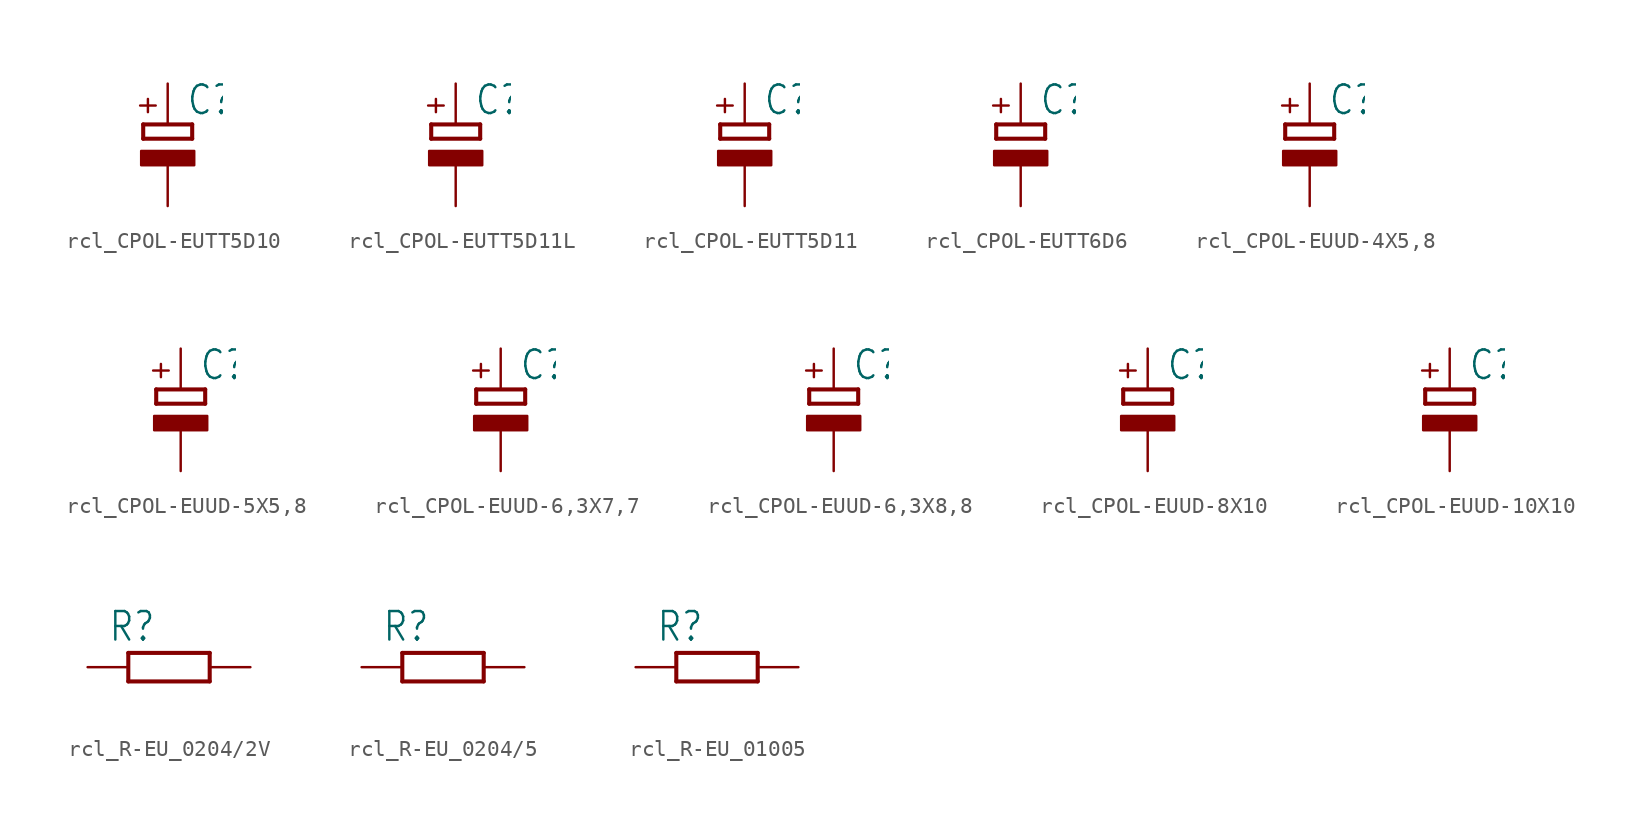
<source format=kicad_sym>
(kicad_symbol_lib
  (version 20231120)
  (generator "kicad_symbol_editor")
  (generator_version "8.0")
  (symbol "rcl_CPOL-EUTT5D10"
    (property "Reference" "C"
      (at 1.143 0.483 0)
      (effects (font (size 1.778 1.511)) (justify left bottom)))
    (property "Value" ""
      (at 1.143 -4.597 0)
      (effects (font (size 1.778 1.511)) (justify left bottom)))
    (property "ki_locked" ""
      (at 0 0 0)
      (effects (font (size 1.27 1.27))))
    (symbol "rcl_CPOL-EUTT5D10_1_0"
      (rectangle (start -1.651 -2.54) (end 1.651 -1.651) (stroke (width 0) (type default)) (fill (type outline)))
      (polyline (pts (xy -1.524 -0.889) (xy 1.524 -0.889)) (stroke (width 0.254) (type solid)) (fill (type none)))
      (polyline (pts (xy -1.524 0) (xy -1.524 -0.889)) (stroke (width 0.254) (type solid)) (fill (type none)))
      (polyline (pts (xy -1.524 0) (xy 1.524 0)) (stroke (width 0.254) (type solid)) (fill (type none)))
      (polyline (pts (xy 1.524 -0.889) (xy 1.524 0)) (stroke (width 0.254) (type solid)) (fill (type none)))
      (text "+" (at -0.584 0.406 900) (effects (font (size 1.27 1.079)) (justify left bottom)))
      (pin passive line (at 0 2.54 270) (length 2.54) (name "+" (effects (font (size 0 0)))) (number "+" (effects (font (size 0 0)))))
      (pin passive line (at 0 -5.08 90) (length 2.54) (name "-" (effects (font (size 0 0)))) (number "-" (effects (font (size 0 0)))))))
  (symbol "rcl_CPOL-EUTT5D11L"
    (property "Reference" "C"
      (at 1.143 0.483 0)
      (effects (font (size 1.778 1.511)) (justify left bottom)))
    (property "Value" ""
      (at 1.143 -4.597 0)
      (effects (font (size 1.778 1.511)) (justify left bottom)))
    (property "ki_locked" ""
      (at 0 0 0)
      (effects (font (size 1.27 1.27))))
    (symbol "rcl_CPOL-EUTT5D11L_1_0"
      (rectangle (start -1.651 -2.54) (end 1.651 -1.651) (stroke (width 0) (type default)) (fill (type outline)))
      (polyline (pts (xy -1.524 -0.889) (xy 1.524 -0.889)) (stroke (width 0.254) (type solid)) (fill (type none)))
      (polyline (pts (xy -1.524 0) (xy -1.524 -0.889)) (stroke (width 0.254) (type solid)) (fill (type none)))
      (polyline (pts (xy -1.524 0) (xy 1.524 0)) (stroke (width 0.254) (type solid)) (fill (type none)))
      (polyline (pts (xy 1.524 -0.889) (xy 1.524 0)) (stroke (width 0.254) (type solid)) (fill (type none)))
      (text "+" (at -0.584 0.406 900) (effects (font (size 1.27 1.079)) (justify left bottom)))
      (pin passive line (at 0 2.54 270) (length 2.54) (name "+" (effects (font (size 0 0)))) (number "+" (effects (font (size 0 0)))))
      (pin passive line (at 0 -5.08 90) (length 2.54) (name "-" (effects (font (size 0 0)))) (number "-" (effects (font (size 0 0)))))))
  (symbol "rcl_CPOL-EUTT5D11"
    (property "Reference" "C"
      (at 1.143 0.483 0)
      (effects (font (size 1.778 1.511)) (justify left bottom)))
    (property "Value" ""
      (at 1.143 -4.597 0)
      (effects (font (size 1.778 1.511)) (justify left bottom)))
    (property "ki_locked" ""
      (at 0 0 0)
      (effects (font (size 1.27 1.27))))
    (symbol "rcl_CPOL-EUTT5D11_1_0"
      (rectangle (start -1.651 -2.54) (end 1.651 -1.651) (stroke (width 0) (type default)) (fill (type outline)))
      (polyline (pts (xy -1.524 -0.889) (xy 1.524 -0.889)) (stroke (width 0.254) (type solid)) (fill (type none)))
      (polyline (pts (xy -1.524 0) (xy -1.524 -0.889)) (stroke (width 0.254) (type solid)) (fill (type none)))
      (polyline (pts (xy -1.524 0) (xy 1.524 0)) (stroke (width 0.254) (type solid)) (fill (type none)))
      (polyline (pts (xy 1.524 -0.889) (xy 1.524 0)) (stroke (width 0.254) (type solid)) (fill (type none)))
      (text "+" (at -0.584 0.406 900) (effects (font (size 1.27 1.079)) (justify left bottom)))
      (pin passive line (at 0 2.54 270) (length 2.54) (name "+" (effects (font (size 0 0)))) (number "+" (effects (font (size 0 0)))))
      (pin passive line (at 0 -5.08 90) (length 2.54) (name "-" (effects (font (size 0 0)))) (number "-" (effects (font (size 0 0)))))))
  (symbol "rcl_CPOL-EUTT6D6"
    (property "Reference" "C"
      (at 1.143 0.483 0)
      (effects (font (size 1.778 1.511)) (justify left bottom)))
    (property "Value" ""
      (at 1.143 -4.597 0)
      (effects (font (size 1.778 1.511)) (justify left bottom)))
    (property "ki_locked" ""
      (at 0 0 0)
      (effects (font (size 1.27 1.27))))
    (symbol "rcl_CPOL-EUTT6D6_1_0"
      (rectangle (start -1.651 -2.54) (end 1.651 -1.651) (stroke (width 0) (type default)) (fill (type outline)))
      (polyline (pts (xy -1.524 -0.889) (xy 1.524 -0.889)) (stroke (width 0.254) (type solid)) (fill (type none)))
      (polyline (pts (xy -1.524 0) (xy -1.524 -0.889)) (stroke (width 0.254) (type solid)) (fill (type none)))
      (polyline (pts (xy -1.524 0) (xy 1.524 0)) (stroke (width 0.254) (type solid)) (fill (type none)))
      (polyline (pts (xy 1.524 -0.889) (xy 1.524 0)) (stroke (width 0.254) (type solid)) (fill (type none)))
      (text "+" (at -0.584 0.406 900) (effects (font (size 1.27 1.079)) (justify left bottom)))
      (pin passive line (at 0 2.54 270) (length 2.54) (name "+" (effects (font (size 0 0)))) (number "+" (effects (font (size 0 0)))))
      (pin passive line (at 0 -5.08 90) (length 2.54) (name "-" (effects (font (size 0 0)))) (number "-" (effects (font (size 0 0)))))))
  (symbol "rcl_CPOL-EUUD-4X5,8"
    (property "Reference" "C"
      (at 1.143 0.483 0)
      (effects (font (size 1.778 1.511)) (justify left bottom)))
    (property "Value" ""
      (at 1.143 -4.597 0)
      (effects (font (size 1.778 1.511)) (justify left bottom)))
    (property "ki_locked" ""
      (at 0 0 0)
      (effects (font (size 1.27 1.27))))
    (symbol "rcl_CPOL-EUUD-4X5,8_1_0"
      (rectangle (start -1.651 -2.54) (end 1.651 -1.651) (stroke (width 0) (type default)) (fill (type outline)))
      (polyline (pts (xy -1.524 -0.889) (xy 1.524 -0.889)) (stroke (width 0.254) (type solid)) (fill (type none)))
      (polyline (pts (xy -1.524 0) (xy -1.524 -0.889)) (stroke (width 0.254) (type solid)) (fill (type none)))
      (polyline (pts (xy -1.524 0) (xy 1.524 0)) (stroke (width 0.254) (type solid)) (fill (type none)))
      (polyline (pts (xy 1.524 -0.889) (xy 1.524 0)) (stroke (width 0.254) (type solid)) (fill (type none)))
      (text "+" (at -0.584 0.406 900) (effects (font (size 1.27 1.079)) (justify left bottom)))
      (pin passive line (at 0 2.54 270) (length 2.54) (name "+" (effects (font (size 0 0)))) (number "+" (effects (font (size 0 0)))))
      (pin passive line (at 0 -5.08 90) (length 2.54) (name "-" (effects (font (size 0 0)))) (number "-" (effects (font (size 0 0)))))))
  (symbol "rcl_CPOL-EUUD-5X5,8"
    (property "Reference" "C"
      (at 1.143 0.483 0)
      (effects (font (size 1.778 1.511)) (justify left bottom)))
    (property "Value" ""
      (at 1.143 -4.597 0)
      (effects (font (size 1.778 1.511)) (justify left bottom)))
    (property "ki_locked" ""
      (at 0 0 0)
      (effects (font (size 1.27 1.27))))
    (symbol "rcl_CPOL-EUUD-5X5,8_1_0"
      (rectangle (start -1.651 -2.54) (end 1.651 -1.651) (stroke (width 0) (type default)) (fill (type outline)))
      (polyline (pts (xy -1.524 -0.889) (xy 1.524 -0.889)) (stroke (width 0.254) (type solid)) (fill (type none)))
      (polyline (pts (xy -1.524 0) (xy -1.524 -0.889)) (stroke (width 0.254) (type solid)) (fill (type none)))
      (polyline (pts (xy -1.524 0) (xy 1.524 0)) (stroke (width 0.254) (type solid)) (fill (type none)))
      (polyline (pts (xy 1.524 -0.889) (xy 1.524 0)) (stroke (width 0.254) (type solid)) (fill (type none)))
      (text "+" (at -0.584 0.406 900) (effects (font (size 1.27 1.079)) (justify left bottom)))
      (pin passive line (at 0 2.54 270) (length 2.54) (name "+" (effects (font (size 0 0)))) (number "+" (effects (font (size 0 0)))))
      (pin passive line (at 0 -5.08 90) (length 2.54) (name "-" (effects (font (size 0 0)))) (number "-" (effects (font (size 0 0)))))))
  (symbol "rcl_CPOL-EUUD-6,3X7,7"
    (property "Reference" "C"
      (at 1.143 0.483 0)
      (effects (font (size 1.778 1.511)) (justify left bottom)))
    (property "Value" ""
      (at 1.143 -4.597 0)
      (effects (font (size 1.778 1.511)) (justify left bottom)))
    (property "ki_locked" ""
      (at 0 0 0)
      (effects (font (size 1.27 1.27))))
    (symbol "rcl_CPOL-EUUD-6,3X7,7_1_0"
      (rectangle (start -1.651 -2.54) (end 1.651 -1.651) (stroke (width 0) (type default)) (fill (type outline)))
      (polyline (pts (xy -1.524 -0.889) (xy 1.524 -0.889)) (stroke (width 0.254) (type solid)) (fill (type none)))
      (polyline (pts (xy -1.524 0) (xy -1.524 -0.889)) (stroke (width 0.254) (type solid)) (fill (type none)))
      (polyline (pts (xy -1.524 0) (xy 1.524 0)) (stroke (width 0.254) (type solid)) (fill (type none)))
      (polyline (pts (xy 1.524 -0.889) (xy 1.524 0)) (stroke (width 0.254) (type solid)) (fill (type none)))
      (text "+" (at -0.584 0.406 900) (effects (font (size 1.27 1.079)) (justify left bottom)))
      (pin passive line (at 0 2.54 270) (length 2.54) (name "+" (effects (font (size 0 0)))) (number "+" (effects (font (size 0 0)))))
      (pin passive line (at 0 -5.08 90) (length 2.54) (name "-" (effects (font (size 0 0)))) (number "-" (effects (font (size 0 0)))))))
  (symbol "rcl_CPOL-EUUD-6,3X8,8"
    (property "Reference" "C"
      (at 1.143 0.483 0)
      (effects (font (size 1.778 1.511)) (justify left bottom)))
    (property "Value" ""
      (at 1.143 -4.597 0)
      (effects (font (size 1.778 1.511)) (justify left bottom)))
    (property "ki_locked" ""
      (at 0 0 0)
      (effects (font (size 1.27 1.27))))
    (symbol "rcl_CPOL-EUUD-6,3X8,8_1_0"
      (rectangle (start -1.651 -2.54) (end 1.651 -1.651) (stroke (width 0) (type default)) (fill (type outline)))
      (polyline (pts (xy -1.524 -0.889) (xy 1.524 -0.889)) (stroke (width 0.254) (type solid)) (fill (type none)))
      (polyline (pts (xy -1.524 0) (xy -1.524 -0.889)) (stroke (width 0.254) (type solid)) (fill (type none)))
      (polyline (pts (xy -1.524 0) (xy 1.524 0)) (stroke (width 0.254) (type solid)) (fill (type none)))
      (polyline (pts (xy 1.524 -0.889) (xy 1.524 0)) (stroke (width 0.254) (type solid)) (fill (type none)))
      (text "+" (at -0.584 0.406 900) (effects (font (size 1.27 1.079)) (justify left bottom)))
      (pin passive line (at 0 2.54 270) (length 2.54) (name "+" (effects (font (size 0 0)))) (number "+" (effects (font (size 0 0)))))
      (pin passive line (at 0 -5.08 90) (length 2.54) (name "-" (effects (font (size 0 0)))) (number "-" (effects (font (size 0 0)))))))
  (symbol "rcl_CPOL-EUUD-8X10"
    (property "Reference" "C"
      (at 1.143 0.483 0)
      (effects (font (size 1.778 1.511)) (justify left bottom)))
    (property "Value" ""
      (at 1.143 -4.597 0)
      (effects (font (size 1.778 1.511)) (justify left bottom)))
    (property "ki_locked" ""
      (at 0 0 0)
      (effects (font (size 1.27 1.27))))
    (symbol "rcl_CPOL-EUUD-8X10_1_0"
      (rectangle (start -1.651 -2.54) (end 1.651 -1.651) (stroke (width 0) (type default)) (fill (type outline)))
      (polyline (pts (xy -1.524 -0.889) (xy 1.524 -0.889)) (stroke (width 0.254) (type solid)) (fill (type none)))
      (polyline (pts (xy -1.524 0) (xy -1.524 -0.889)) (stroke (width 0.254) (type solid)) (fill (type none)))
      (polyline (pts (xy -1.524 0) (xy 1.524 0)) (stroke (width 0.254) (type solid)) (fill (type none)))
      (polyline (pts (xy 1.524 -0.889) (xy 1.524 0)) (stroke (width 0.254) (type solid)) (fill (type none)))
      (text "+" (at -0.584 0.406 900) (effects (font (size 1.27 1.079)) (justify left bottom)))
      (pin passive line (at 0 2.54 270) (length 2.54) (name "+" (effects (font (size 0 0)))) (number "+" (effects (font (size 0 0)))))
      (pin passive line (at 0 -5.08 90) (length 2.54) (name "-" (effects (font (size 0 0)))) (number "-" (effects (font (size 0 0)))))))
  (symbol "rcl_CPOL-EUUD-10X10"
    (property "Reference" "C"
      (at 1.143 0.483 0)
      (effects (font (size 1.778 1.511)) (justify left bottom)))
    (property "Value" ""
      (at 1.143 -4.597 0)
      (effects (font (size 1.778 1.511)) (justify left bottom)))
    (property "ki_locked" ""
      (at 0 0 0)
      (effects (font (size 1.27 1.27))))
    (symbol "rcl_CPOL-EUUD-10X10_1_0"
      (rectangle (start -1.651 -2.54) (end 1.651 -1.651) (stroke (width 0) (type default)) (fill (type outline)))
      (polyline (pts (xy -1.524 -0.889) (xy 1.524 -0.889)) (stroke (width 0.254) (type solid)) (fill (type none)))
      (polyline (pts (xy -1.524 0) (xy -1.524 -0.889)) (stroke (width 0.254) (type solid)) (fill (type none)))
      (polyline (pts (xy -1.524 0) (xy 1.524 0)) (stroke (width 0.254) (type solid)) (fill (type none)))
      (polyline (pts (xy 1.524 -0.889) (xy 1.524 0)) (stroke (width 0.254) (type solid)) (fill (type none)))
      (text "+" (at -0.584 0.406 900) (effects (font (size 1.27 1.079)) (justify left bottom)))
      (pin passive line (at 0 2.54 270) (length 2.54) (name "+" (effects (font (size 0 0)))) (number "+" (effects (font (size 0 0)))))
      (pin passive line (at 0 -5.08 90) (length 2.54) (name "-" (effects (font (size 0 0)))) (number "-" (effects (font (size 0 0)))))))
  (symbol "rcl_R-EU_0204/2V"
    (property "Reference" "R"
      (at -3.81 1.499 0)
      (effects (font (size 1.778 1.511)) (justify left bottom)))
    (property "Value" ""
      (at -3.81 -3.302 0)
      (effects (font (size 1.778 1.511)) (justify left bottom)))
    (property "ki_locked" ""
      (at 0 0 0)
      (effects (font (size 1.27 1.27))))
    (symbol "rcl_R-EU_0204/2V_1_0"
      (polyline (pts (xy -2.54 -0.889) (xy -2.54 0.889)) (stroke (width 0.254) (type solid)) (fill (type none)))
      (polyline (pts (xy -2.54 -0.889) (xy 2.54 -0.889)) (stroke (width 0.254) (type solid)) (fill (type none)))
      (polyline (pts (xy 2.54 -0.889) (xy 2.54 0.889)) (stroke (width 0.254) (type solid)) (fill (type none)))
      (polyline (pts (xy 2.54 0.889) (xy -2.54 0.889)) (stroke (width 0.254) (type solid)) (fill (type none)))
      (pin passive line (at -5.08 0 0) (length 2.54) (name "1" (effects (font (size 0 0)))) (number "1" (effects (font (size 0 0)))))
      (pin passive line (at 5.08 0 180) (length 2.54) (name "2" (effects (font (size 0 0)))) (number "2" (effects (font (size 0 0)))))))
  (symbol "rcl_R-EU_0204/5"
    (property "Reference" "R"
      (at -3.81 1.499 0)
      (effects (font (size 1.778 1.511)) (justify left bottom)))
    (property "Value" ""
      (at -3.81 -3.302 0)
      (effects (font (size 1.778 1.511)) (justify left bottom)))
    (property "ki_locked" ""
      (at 0 0 0)
      (effects (font (size 1.27 1.27))))
    (symbol "rcl_R-EU_0204/5_1_0"
      (polyline (pts (xy -2.54 -0.889) (xy -2.54 0.889)) (stroke (width 0.254) (type solid)) (fill (type none)))
      (polyline (pts (xy -2.54 -0.889) (xy 2.54 -0.889)) (stroke (width 0.254) (type solid)) (fill (type none)))
      (polyline (pts (xy 2.54 -0.889) (xy 2.54 0.889)) (stroke (width 0.254) (type solid)) (fill (type none)))
      (polyline (pts (xy 2.54 0.889) (xy -2.54 0.889)) (stroke (width 0.254) (type solid)) (fill (type none)))
      (pin passive line (at -5.08 0 0) (length 2.54) (name "1" (effects (font (size 0 0)))) (number "1" (effects (font (size 0 0)))))
      (pin passive line (at 5.08 0 180) (length 2.54) (name "2" (effects (font (size 0 0)))) (number "2" (effects (font (size 0 0)))))))
  (symbol "rcl_R-EU_01005"
    (property "Reference" "R"
      (at -3.81 1.499 0)
      (effects (font (size 1.778 1.511)) (justify left bottom)))
    (property "Value" ""
      (at -3.81 -3.302 0)
      (effects (font (size 1.778 1.511)) (justify left bottom)))
    (property "ki_locked" ""
      (at 0 0 0)
      (effects (font (size 1.27 1.27))))
    (symbol "rcl_R-EU_01005_1_0"
      (polyline (pts (xy -2.54 -0.889) (xy -2.54 0.889)) (stroke (width 0.254) (type solid)) (fill (type none)))
      (polyline (pts (xy -2.54 -0.889) (xy 2.54 -0.889)) (stroke (width 0.254) (type solid)) (fill (type none)))
      (polyline (pts (xy 2.54 -0.889) (xy 2.54 0.889)) (stroke (width 0.254) (type solid)) (fill (type none)))
      (polyline (pts (xy 2.54 0.889) (xy -2.54 0.889)) (stroke (width 0.254) (type solid)) (fill (type none)))
      (pin passive line (at -5.08 0 0) (length 2.54) (name "1" (effects (font (size 0 0)))) (number "1" (effects (font (size 0 0)))))
      (pin passive line (at 5.08 0 180) (length 2.54) (name "2" (effects (font (size 0 0)))) (number "2" (effects (font (size 0 0))))))))
</source>
